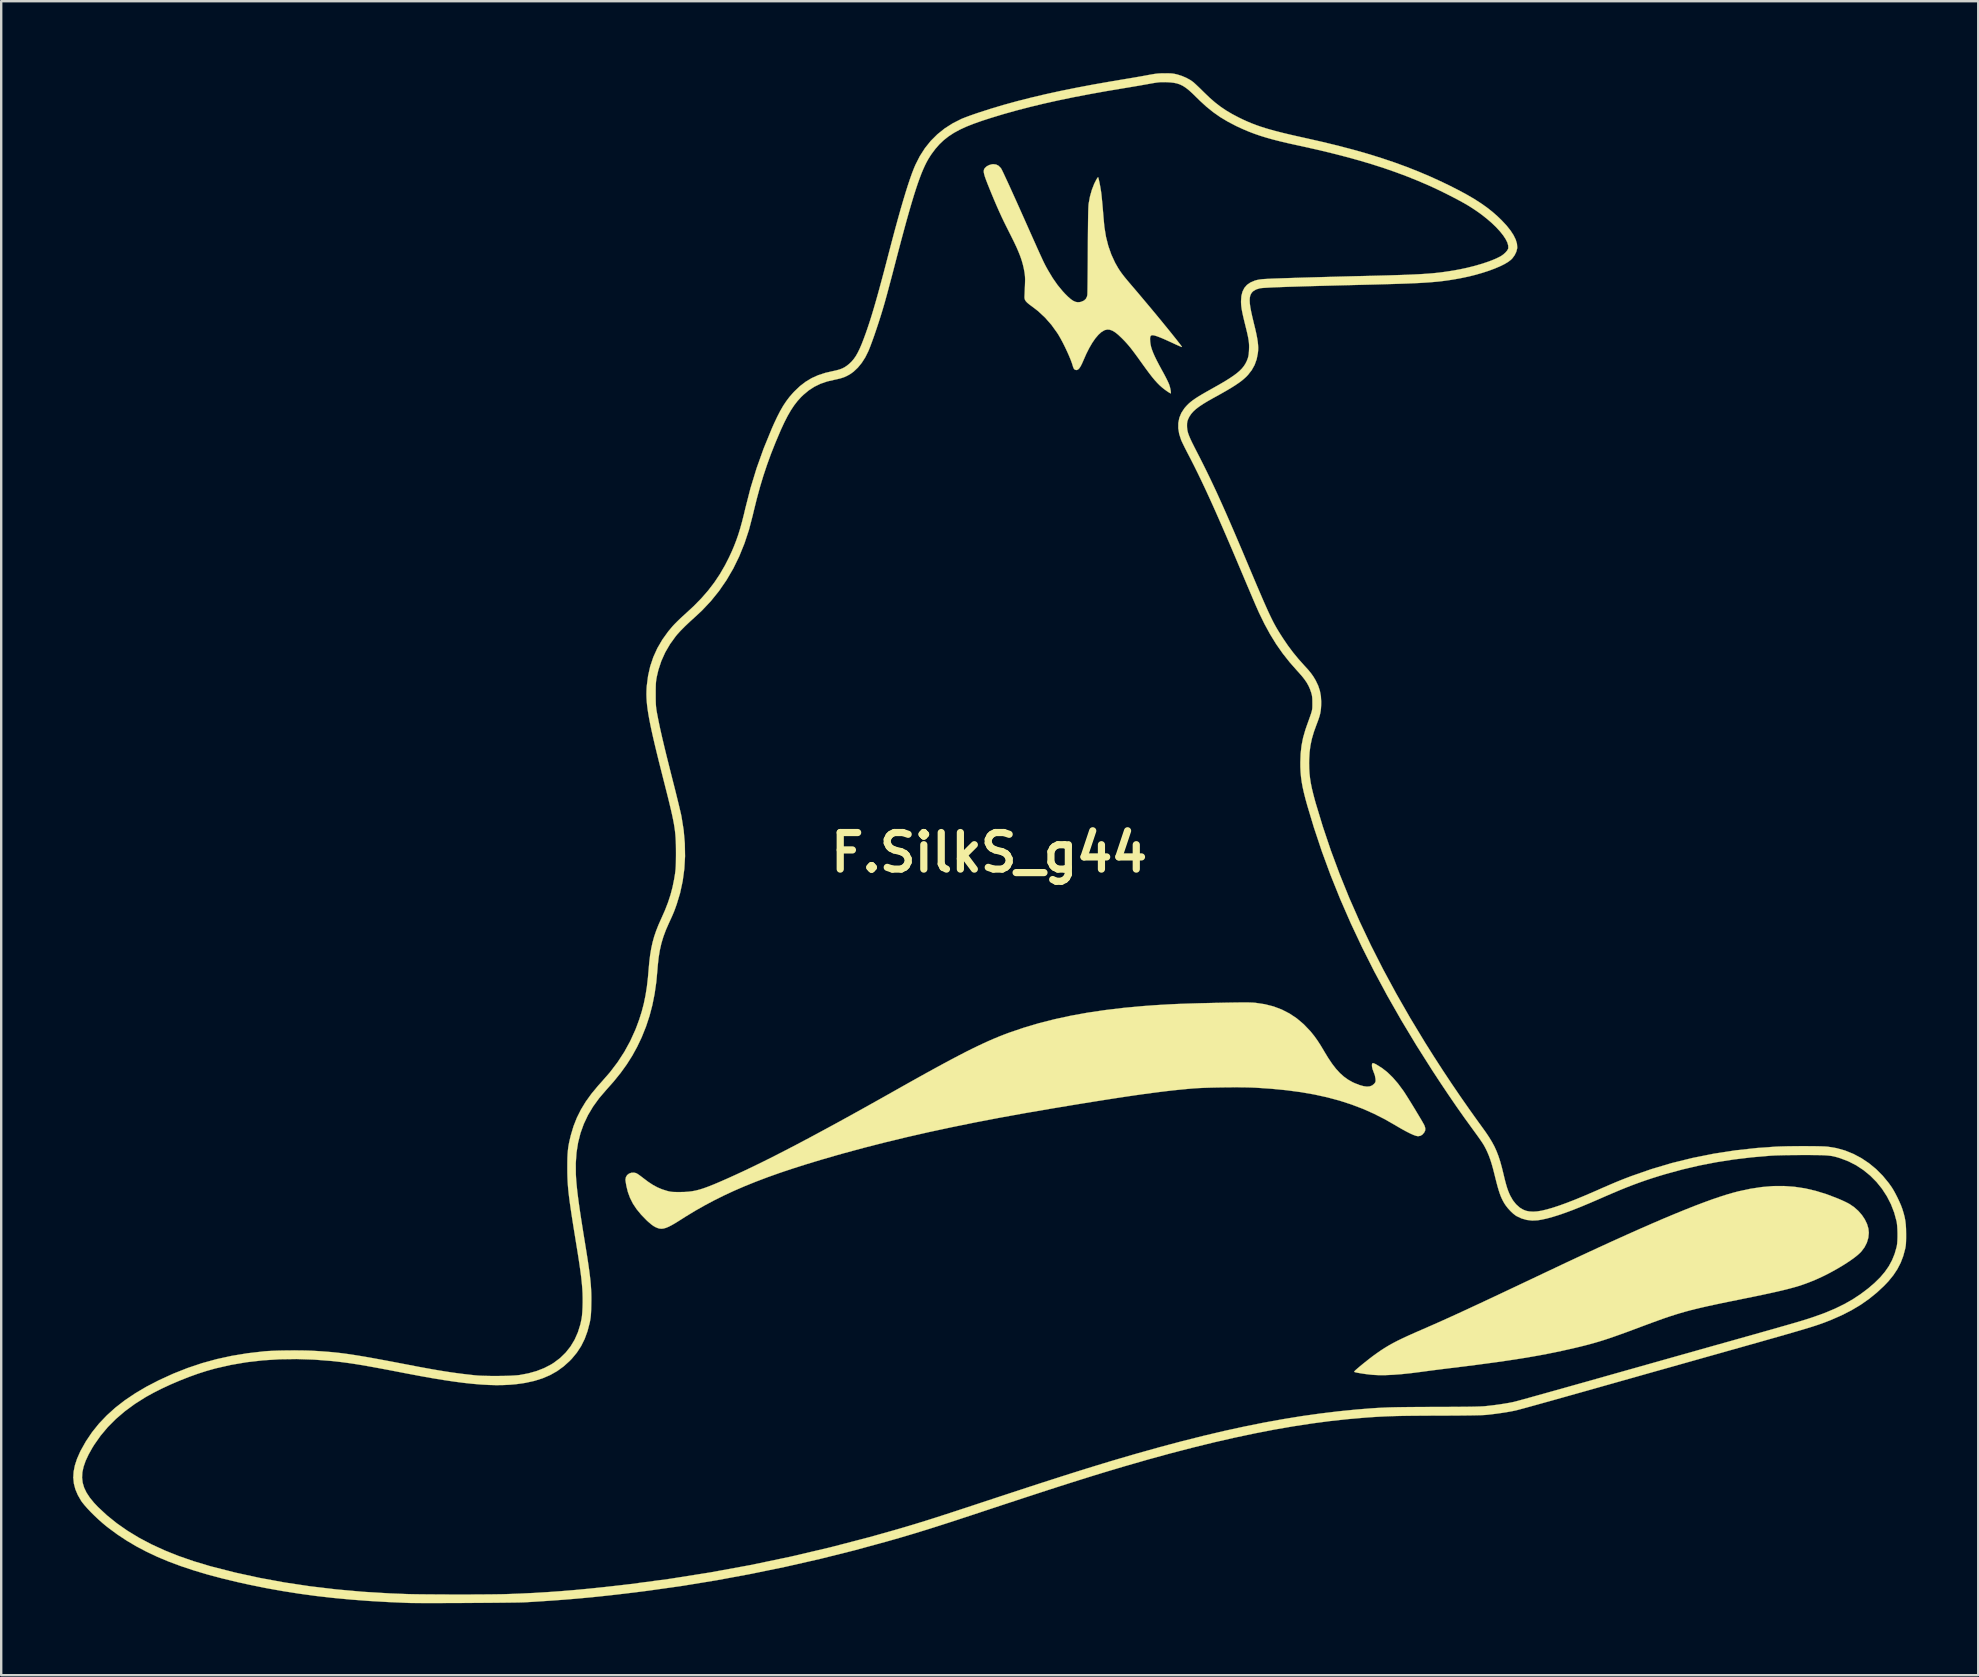
<source format=kicad_pcb>
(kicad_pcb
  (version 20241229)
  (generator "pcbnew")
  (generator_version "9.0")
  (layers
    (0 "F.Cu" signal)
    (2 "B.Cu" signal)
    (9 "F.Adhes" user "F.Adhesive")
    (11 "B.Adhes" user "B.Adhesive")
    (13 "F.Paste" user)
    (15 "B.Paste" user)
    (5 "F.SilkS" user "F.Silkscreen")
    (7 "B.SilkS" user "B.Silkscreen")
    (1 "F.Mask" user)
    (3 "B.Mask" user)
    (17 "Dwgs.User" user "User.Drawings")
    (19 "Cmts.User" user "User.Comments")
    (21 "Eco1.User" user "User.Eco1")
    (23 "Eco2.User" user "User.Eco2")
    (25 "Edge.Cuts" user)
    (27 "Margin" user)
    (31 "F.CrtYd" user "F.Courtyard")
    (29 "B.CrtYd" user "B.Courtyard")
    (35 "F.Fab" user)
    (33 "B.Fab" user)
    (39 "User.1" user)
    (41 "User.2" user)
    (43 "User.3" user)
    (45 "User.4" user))
  (footprint "F.SilkS_g44"
    (layer "F.Cu")
    (at 38.171 32.48)
    (property "Reference" "F.SilkS_g44" (at 0 0 0) (layer "F.SilkS") (effects (font (size 1.524 1.524) (thickness 0.3))))
    (attr through_hole)
    (fp_poly (pts (xy 33.567 13.929) (xy 34.011 13.996) (xy 34.457 14.101) (xy 34.909 14.241) (xy 35.372 14.419) (xy 35.422 14.44) (xy 35.54 14.491) (xy 35.657 14.545) (xy 35.761 14.596) (xy 35.84 14.638) (xy 35.856 14.647) (xy 36.051 14.78) (xy 36.225 14.935) (xy 36.374 15.107) (xy 36.496 15.29) (xy 36.587 15.479) (xy 36.643 15.669) (xy 36.661 15.845) (xy 36.64 16.055) (xy 36.579 16.259) (xy 36.48 16.452) (xy 36.345 16.631) (xy 36.307 16.671) (xy 36.191 16.777) (xy 36.042 16.895) (xy 35.864 17.021) (xy 35.664 17.152) (xy 35.446 17.285) (xy 35.217 17.417) (xy 34.981 17.544) (xy 34.745 17.662) (xy 34.514 17.769) (xy 34.443 17.8) (xy 34.301 17.859) (xy 34.162 17.914) (xy 34.024 17.966) (xy 33.882 18.016) (xy 33.734 18.064) (xy 33.576 18.111) (xy 33.404 18.158) (xy 33.217 18.207) (xy 33.01 18.257) (xy 32.779 18.31) (xy 32.523 18.367) (xy 32.238 18.428) (xy 31.919 18.495) (xy 31.565 18.567) (xy 31.277 18.626) (xy 30.892 18.704) (xy 30.544 18.775) (xy 30.23 18.842) (xy 29.943 18.904) (xy 29.681 18.964) (xy 29.438 19.022) (xy 29.21 19.079) (xy 28.993 19.138) (xy 28.782 19.199) (xy 28.573 19.263) (xy 28.362 19.331) (xy 28.143 19.405) (xy 27.913 19.487) (xy 27.667 19.576) (xy 27.4 19.675) (xy 27.22 19.742) (xy 26.886 19.867) (xy 26.586 19.979) (xy 26.315 20.077) (xy 26.069 20.164) (xy 25.843 20.242) (xy 25.631 20.312) (xy 25.428 20.375) (xy 25.231 20.433) (xy 25.033 20.488) (xy 24.831 20.541) (xy 24.618 20.594) (xy 24.39 20.648) (xy 24.172 20.698) (xy 23.871 20.765) (xy 23.57 20.829) (xy 23.264 20.89) (xy 22.951 20.95) (xy 22.628 21.007) (xy 22.29 21.064) (xy 21.935 21.121) (xy 21.559 21.177) (xy 21.158 21.235) (xy 20.73 21.293) (xy 20.27 21.354) (xy 19.775 21.417) (xy 19.243 21.482) (xy 19.145 21.494) (xy 18.951 21.518) (xy 18.738 21.545) (xy 18.517 21.573) (xy 18.304 21.601) (xy 18.11 21.627) (xy 18.002 21.642) (xy 17.585 21.695) (xy 17.197 21.736) (xy 16.842 21.763) (xy 16.521 21.778) (xy 16.237 21.779) (xy 15.991 21.766) (xy 15.832 21.75) (xy 15.658 21.728) (xy 15.489 21.702) (xy 15.372 21.682) (xy 15.287 21.665) (xy 15.238 21.652) (xy 15.217 21.64) (xy 15.218 21.625) (xy 15.234 21.606) (xy 15.275 21.565) (xy 15.344 21.505) (xy 15.434 21.428) (xy 15.539 21.341) (xy 15.653 21.249) (xy 15.77 21.156) (xy 15.883 21.067) (xy 15.987 20.988) (xy 15.991 20.985) (xy 16.163 20.861) (xy 16.327 20.747) (xy 16.49 20.642) (xy 16.657 20.541) (xy 16.833 20.443) (xy 17.024 20.344) (xy 17.236 20.241) (xy 17.473 20.131) (xy 17.742 20.011) (xy 17.896 19.943) (xy 18.099 19.855) (xy 18.295 19.769) (xy 18.489 19.684) (xy 18.682 19.599) (xy 18.876 19.512) (xy 19.074 19.423) (xy 19.279 19.33) (xy 19.492 19.233) (xy 19.716 19.13) (xy 19.954 19.02) (xy 20.207 18.902) (xy 20.479 18.776) (xy 20.771 18.639) (xy 21.086 18.491) (xy 21.426 18.331) (xy 21.794 18.157) (xy 22.192 17.969) (xy 22.623 17.765) (xy 23.088 17.544) (xy 23.305 17.442) (xy 24.029 17.099) (xy 24.718 16.777) (xy 25.371 16.474) (xy 25.989 16.191) (xy 26.574 15.927) (xy 27.125 15.681) (xy 27.645 15.454) (xy 28.132 15.244) (xy 28.59 15.053) (xy 29.017 14.879) (xy 29.415 14.721) (xy 29.786 14.581) (xy 30.128 14.456) (xy 30.445 14.348) (xy 30.735 14.255) (xy 31.001 14.178) (xy 31.221 14.12) (xy 31.722 14.012) (xy 32.203 13.939) (xy 32.668 13.9) (xy 33.121 13.897) (xy 33.567 13.929)) (stroke (width 0.01) (type solid)) (fill yes) (layer "F.SilkS"))
    (fp_poly (pts (xy 10.785 6.247) (xy 10.89 6.25) (xy 10.978 6.253) (xy 11.052 6.258) (xy 11.097 6.262) (xy 11.486 6.32) (xy 11.853 6.413) (xy 12.197 6.543) (xy 12.522 6.71) (xy 12.826 6.914) (xy 13.111 7.155) (xy 13.379 7.435) (xy 13.428 7.493) (xy 13.559 7.657) (xy 13.685 7.834) (xy 13.814 8.033) (xy 13.951 8.261) (xy 13.959 8.276) (xy 14.13 8.558) (xy 14.294 8.802) (xy 14.456 9.012) (xy 14.619 9.19) (xy 14.786 9.339) (xy 14.96 9.464) (xy 15.144 9.568) (xy 15.242 9.613) (xy 15.437 9.689) (xy 15.605 9.736) (xy 15.746 9.754) (xy 15.865 9.744) (xy 15.964 9.705) (xy 16.046 9.637) (xy 16.048 9.634) (xy 16.084 9.589) (xy 16.102 9.55) (xy 16.107 9.499) (xy 16.103 9.432) (xy 16.076 9.284) (xy 16.024 9.144) (xy 15.982 9.032) (xy 15.958 8.931) (xy 15.953 8.847) (xy 15.968 8.791) (xy 15.976 8.781) (xy 16.001 8.775) (xy 16.049 8.789) (xy 16.125 8.826) (xy 16.143 8.836) (xy 16.376 8.982) (xy 16.601 9.159) (xy 16.82 9.372) (xy 17.036 9.621) (xy 17.25 9.91) (xy 17.277 9.948) (xy 17.325 10.021) (xy 17.389 10.121) (xy 17.464 10.24) (xy 17.548 10.375) (xy 17.637 10.519) (xy 17.728 10.668) (xy 17.817 10.816) (xy 17.902 10.958) (xy 17.98 11.088) (xy 18.046 11.201) (xy 18.097 11.291) (xy 18.132 11.354) (xy 18.141 11.373) (xy 18.176 11.482) (xy 18.174 11.577) (xy 18.135 11.663) (xy 18.059 11.752) (xy 17.977 11.803) (xy 17.881 11.82) (xy 17.868 11.82) (xy 17.794 11.806) (xy 17.688 11.769) (xy 17.553 11.709) (xy 17.391 11.627) (xy 17.204 11.525) (xy 16.995 11.404) (xy 16.927 11.363) (xy 16.484 11.11) (xy 16.033 10.882) (xy 15.571 10.677) (xy 15.093 10.496) (xy 14.599 10.336) (xy 14.083 10.198) (xy 13.544 10.08) (xy 12.978 9.982) (xy 12.382 9.903) (xy 11.754 9.842) (xy 11.097 9.798) (xy 10.92 9.791) (xy 10.71 9.786) (xy 10.475 9.783) (xy 10.221 9.782) (xy 9.956 9.784) (xy 9.687 9.787) (xy 9.422 9.792) (xy 9.168 9.798) (xy 8.932 9.806) (xy 8.722 9.816) (xy 8.544 9.827) (xy 8.498 9.83) (xy 8.238 9.853) (xy 7.972 9.879) (xy 7.695 9.907) (xy 7.408 9.94) (xy 7.106 9.977) (xy 6.788 10.018) (xy 6.451 10.063) (xy 6.092 10.114) (xy 5.71 10.17) (xy 5.301 10.232) (xy 4.864 10.3) (xy 4.395 10.374) (xy 3.893 10.455) (xy 3.356 10.543) (xy 2.779 10.639) (xy 2.593 10.67) (xy 1.494 10.859) (xy 0.435 11.051) (xy -0.587 11.247) (xy -1.574 11.448) (xy -2.529 11.653) (xy -3.453 11.864) (xy -4.35 12.081) (xy -5.222 12.304) (xy -6.071 12.534) (xy -6.361 12.616) (xy -7.01 12.804) (xy -7.62 12.989) (xy -8.195 13.172) (xy -8.736 13.353) (xy -9.247 13.535) (xy -9.731 13.719) (xy -10.191 13.905) (xy -10.63 14.095) (xy -11.052 14.291) (xy -11.458 14.493) (xy -11.852 14.703) (xy -12.237 14.921) (xy -12.617 15.151) (xy -12.869 15.311) (xy -13.057 15.429) (xy -13.217 15.522) (xy -13.352 15.592) (xy -13.468 15.64) (xy -13.568 15.668) (xy -13.657 15.677) (xy -13.74 15.669) (xy -13.795 15.655) (xy -13.892 15.616) (xy -13.99 15.561) (xy -14.093 15.485) (xy -14.211 15.383) (xy -14.276 15.323) (xy -14.503 15.089) (xy -14.692 14.859) (xy -14.845 14.628) (xy -14.965 14.39) (xy -15.056 14.141) (xy -15.115 13.9) (xy -15.132 13.804) (xy -15.146 13.717) (xy -15.154 13.651) (xy -15.155 13.628) (xy -15.136 13.526) (xy -15.085 13.442) (xy -15.007 13.38) (xy -14.909 13.344) (xy -14.8 13.339) (xy -14.713 13.359) (xy -14.672 13.38) (xy -14.606 13.423) (xy -14.524 13.482) (xy -14.435 13.55) (xy -14.416 13.565) (xy -14.206 13.723) (xy -14.012 13.85) (xy -13.822 13.953) (xy -13.63 14.034) (xy -13.424 14.099) (xy -13.417 14.101) (xy -13.344 14.12) (xy -13.275 14.133) (xy -13.202 14.142) (xy -13.115 14.146) (xy -13.003 14.148) (xy -12.88 14.148) (xy -12.702 14.145) (xy -12.538 14.134) (xy -12.382 14.115) (xy -12.227 14.086) (xy -12.067 14.045) (xy -11.894 13.99) (xy -11.704 13.921) (xy -11.487 13.835) (xy -11.283 13.749) (xy -10.935 13.597) (xy -10.572 13.433) (xy -10.193 13.257) (xy -9.797 13.068) (xy -9.381 12.864) (xy -8.944 12.645) (xy -8.486 12.41) (xy -8.003 12.159) (xy -7.495 11.89) (xy -6.961 11.603) (xy -6.398 11.298) (xy -5.805 10.972) (xy -5.181 10.626) (xy -4.525 10.259) (xy -3.905 9.91) (xy -3.437 9.646) (xy -3.002 9.403) (xy -2.6 9.179) (xy -2.226 8.974) (xy -1.88 8.786) (xy -1.559 8.614) (xy -1.26 8.457) (xy -0.982 8.313) (xy -0.722 8.183) (xy -0.477 8.064) (xy -0.246 7.955) (xy -0.026 7.855) (xy 0.185 7.763) (xy 0.389 7.678) (xy 0.589 7.599) (xy 0.787 7.524) (xy 0.845 7.503) (xy 1.448 7.298) (xy 2.074 7.112) (xy 2.724 6.947) (xy 3.401 6.8) (xy 4.108 6.672) (xy 4.846 6.563) (xy 5.616 6.471) (xy 6.423 6.397) (xy 6.921 6.361) (xy 7.145 6.347) (xy 7.361 6.335) (xy 7.573 6.323) (xy 7.788 6.313) (xy 8.011 6.304) (xy 8.246 6.296) (xy 8.501 6.288) (xy 8.778 6.28) (xy 9.086 6.273) (xy 9.427 6.265) (xy 9.595 6.262) (xy 9.878 6.256) (xy 10.122 6.252) (xy 10.332 6.249) (xy 10.509 6.247) (xy 10.659 6.247) (xy 10.785 6.247)) (stroke (width 0.01) (type solid)) (fill yes) (layer "F.SilkS"))
    (fp_poly (pts (xy 0.289 -28.674) (xy 0.387 -28.627) (xy 0.475 -28.541) (xy 0.502 -28.506) (xy 0.52 -28.473) (xy 0.554 -28.405) (xy 0.603 -28.304) (xy 0.664 -28.172) (xy 0.738 -28.014) (xy 0.822 -27.832) (xy 0.915 -27.628) (xy 1.015 -27.406) (xy 1.123 -27.168) (xy 1.235 -26.918) (xy 1.351 -26.659) (xy 1.351 -26.658) (xy 1.497 -26.332) (xy 1.626 -26.042) (xy 1.74 -25.785) (xy 1.841 -25.56) (xy 1.929 -25.364) (xy 2.005 -25.193) (xy 2.071 -25.047) (xy 2.128 -24.922) (xy 2.177 -24.816) (xy 2.218 -24.726) (xy 2.254 -24.649) (xy 2.285 -24.585) (xy 2.313 -24.529) (xy 2.338 -24.48) (xy 2.362 -24.434) (xy 2.386 -24.39) (xy 2.411 -24.345) (xy 2.438 -24.297) (xy 2.454 -24.268) (xy 2.649 -23.943) (xy 2.85 -23.655) (xy 3.064 -23.395) (xy 3.157 -23.294) (xy 3.291 -23.161) (xy 3.406 -23.061) (xy 3.509 -22.991) (xy 3.602 -22.95) (xy 3.693 -22.934) (xy 3.785 -22.941) (xy 3.839 -22.954) (xy 3.954 -23.004) (xy 4.034 -23.079) (xy 4.082 -23.179) (xy 4.094 -23.245) (xy 4.096 -23.283) (xy 4.098 -23.361) (xy 4.1 -23.473) (xy 4.102 -23.618) (xy 4.104 -23.792) (xy 4.106 -23.991) (xy 4.108 -24.212) (xy 4.11 -24.452) (xy 4.112 -24.707) (xy 4.113 -24.973) (xy 4.114 -25.104) (xy 4.116 -25.468) (xy 4.118 -25.791) (xy 4.121 -26.075) (xy 4.124 -26.32) (xy 4.127 -26.528) (xy 4.131 -26.7) (xy 4.135 -26.838) (xy 4.14 -26.942) (xy 4.145 -27.015) (xy 4.148 -27.04) (xy 4.202 -27.336) (xy 4.281 -27.616) (xy 4.381 -27.873) (xy 4.468 -28.043) (xy 4.503 -28.1) (xy 4.53 -28.137) (xy 4.542 -28.146) (xy 4.552 -28.12) (xy 4.568 -28.06) (xy 4.587 -27.975) (xy 4.608 -27.873) (xy 4.629 -27.763) (xy 4.648 -27.652) (xy 4.664 -27.55) (xy 4.668 -27.523) (xy 4.679 -27.439) (xy 4.691 -27.322) (xy 4.705 -27.181) (xy 4.72 -27.025) (xy 4.734 -26.863) (xy 4.742 -26.771) (xy 4.755 -26.613) (xy 4.768 -26.458) (xy 4.781 -26.315) (xy 4.792 -26.192) (xy 4.801 -26.097) (xy 4.806 -26.056) (xy 4.87 -25.663) (xy 4.966 -25.283) (xy 5.093 -24.921) (xy 5.249 -24.583) (xy 5.372 -24.367) (xy 5.422 -24.288) (xy 5.471 -24.215) (xy 5.523 -24.142) (xy 5.582 -24.064) (xy 5.651 -23.976) (xy 5.736 -23.873) (xy 5.84 -23.749) (xy 5.967 -23.6) (xy 5.997 -23.565) (xy 6.151 -23.385) (xy 6.311 -23.195) (xy 6.476 -22.999) (xy 6.643 -22.8) (xy 6.811 -22.599) (xy 6.976 -22.4) (xy 7.137 -22.205) (xy 7.291 -22.016) (xy 7.437 -21.838) (xy 7.572 -21.671) (xy 7.694 -21.519) (xy 7.801 -21.385) (xy 7.89 -21.271) (xy 7.961 -21.18) (xy 8.009 -21.114) (xy 8.034 -21.076) (xy 8.036 -21.068) (xy 8.015 -21.074) (xy 7.962 -21.095) (xy 7.882 -21.129) (xy 7.783 -21.173) (xy 7.671 -21.225) (xy 7.67 -21.226) (xy 7.54 -21.286) (xy 7.408 -21.346) (xy 7.284 -21.401) (xy 7.179 -21.446) (xy 7.123 -21.469) (xy 6.984 -21.521) (xy 6.88 -21.552) (xy 6.804 -21.562) (xy 6.753 -21.55) (xy 6.722 -21.514) (xy 6.709 -21.456) (xy 6.707 -21.398) (xy 6.712 -21.293) (xy 6.726 -21.188) (xy 6.749 -21.079) (xy 6.785 -20.962) (xy 6.834 -20.833) (xy 6.898 -20.687) (xy 6.979 -20.52) (xy 7.079 -20.328) (xy 7.199 -20.106) (xy 7.247 -20.019) (xy 7.315 -19.894) (xy 7.378 -19.772) (xy 7.434 -19.659) (xy 7.477 -19.567) (xy 7.504 -19.502) (xy 7.504 -19.501) (xy 7.532 -19.412) (xy 7.554 -19.322) (xy 7.568 -19.241) (xy 7.575 -19.178) (xy 7.571 -19.141) (xy 7.565 -19.135) (xy 7.539 -19.147) (xy 7.489 -19.177) (xy 7.425 -19.219) (xy 7.413 -19.227) (xy 7.304 -19.306) (xy 7.202 -19.387) (xy 7.103 -19.476) (xy 7.003 -19.577) (xy 6.898 -19.693) (xy 6.786 -19.829) (xy 6.662 -19.989) (xy 6.523 -20.177) (xy 6.365 -20.396) (xy 6.226 -20.59) (xy 6.106 -20.755) (xy 6.002 -20.894) (xy 5.91 -21.014) (xy 5.825 -21.118) (xy 5.744 -21.212) (xy 5.662 -21.302) (xy 5.575 -21.392) (xy 5.525 -21.442) (xy 5.378 -21.581) (xy 5.248 -21.684) (xy 5.131 -21.753) (xy 5.025 -21.79) (xy 4.924 -21.797) (xy 4.825 -21.774) (xy 4.798 -21.763) (xy 4.678 -21.691) (xy 4.554 -21.578) (xy 4.427 -21.429) (xy 4.299 -21.244) (xy 4.172 -21.026) (xy 4.047 -20.778) (xy 3.938 -20.53) (xy 3.872 -20.38) (xy 3.815 -20.268) (xy 3.764 -20.188) (xy 3.715 -20.138) (xy 3.666 -20.113) (xy 3.631 -20.108) (xy 3.569 -20.125) (xy 3.523 -20.178) (xy 3.492 -20.263) (xy 3.455 -20.384) (xy 3.4 -20.534) (xy 3.33 -20.703) (xy 3.249 -20.885) (xy 3.161 -21.071) (xy 3.07 -21.253) (xy 2.978 -21.424) (xy 2.891 -21.575) (xy 2.841 -21.654) (xy 2.596 -21.994) (xy 2.327 -22.299) (xy 2.036 -22.569) (xy 1.795 -22.754) (xy 1.675 -22.843) (xy 1.587 -22.916) (xy 1.528 -22.98) (xy 1.492 -23.041) (xy 1.476 -23.103) (xy 1.474 -23.155) (xy 1.476 -23.208) (xy 1.48 -23.295) (xy 1.484 -23.405) (xy 1.489 -23.529) (xy 1.493 -23.615) (xy 1.498 -23.766) (xy 1.5 -23.886) (xy 1.497 -23.986) (xy 1.489 -24.078) (xy 1.476 -24.172) (xy 1.472 -24.197) (xy 1.441 -24.361) (xy 1.403 -24.521) (xy 1.356 -24.683) (xy 1.299 -24.85) (xy 1.228 -25.029) (xy 1.143 -25.226) (xy 1.04 -25.445) (xy 0.918 -25.691) (xy 0.846 -25.834) (xy 0.725 -26.075) (xy 0.613 -26.301) (xy 0.509 -26.52) (xy 0.408 -26.742) (xy 0.306 -26.973) (xy 0.199 -27.223) (xy 0.085 -27.498) (xy 0.004 -27.697) (xy -0.071 -27.884) (xy -0.13 -28.038) (xy -0.174 -28.161) (xy -0.203 -28.26) (xy -0.22 -28.338) (xy -0.224 -28.399) (xy -0.217 -28.449) (xy -0.2 -28.492) (xy -0.178 -28.526) (xy -0.103 -28.596) (xy -0.002 -28.65) (xy 0.112 -28.682) (xy 0.175 -28.688) (xy 0.289 -28.674)) (stroke (width 0.01) (type solid)) (fill yes) (layer "F.SilkS"))
    (fp_poly (pts (xy 7.469 -32.474) (xy 7.574 -32.471) (xy 7.66 -32.463) (xy 7.74 -32.449) (xy 7.826 -32.429) (xy 7.854 -32.422) (xy 8.035 -32.364) (xy 8.214 -32.288) (xy 8.376 -32.2) (xy 8.499 -32.115) (xy 8.545 -32.075) (xy 8.615 -32.011) (xy 8.702 -31.929) (xy 8.802 -31.833) (xy 8.907 -31.729) (xy 8.954 -31.683) (xy 9.191 -31.455) (xy 9.419 -31.257) (xy 9.645 -31.083) (xy 9.88 -30.924) (xy 10.133 -30.775) (xy 10.407 -30.631) (xy 10.584 -30.545) (xy 10.759 -30.466) (xy 10.935 -30.392) (xy 11.117 -30.322) (xy 11.308 -30.255) (xy 11.513 -30.189) (xy 11.736 -30.124) (xy 11.981 -30.058) (xy 12.252 -29.989) (xy 12.553 -29.917) (xy 12.888 -29.841) (xy 13.208 -29.77) (xy 13.903 -29.612) (xy 14.56 -29.453) (xy 15.182 -29.289) (xy 15.773 -29.121) (xy 16.338 -28.946) (xy 16.88 -28.764) (xy 17.404 -28.573) (xy 17.912 -28.372) (xy 18.41 -28.16) (xy 18.901 -27.934) (xy 19.219 -27.78) (xy 19.588 -27.592) (xy 19.92 -27.412) (xy 20.219 -27.237) (xy 20.49 -27.063) (xy 20.737 -26.889) (xy 20.964 -26.711) (xy 21.176 -26.526) (xy 21.356 -26.353) (xy 21.561 -26.134) (xy 21.727 -25.926) (xy 21.855 -25.729) (xy 21.945 -25.545) (xy 21.997 -25.373) (xy 22.009 -25.215) (xy 22.006 -25.179) (xy 21.97 -25.036) (xy 21.9 -24.893) (xy 21.804 -24.762) (xy 21.743 -24.701) (xy 21.625 -24.612) (xy 21.47 -24.52) (xy 21.282 -24.428) (xy 21.066 -24.337) (xy 20.825 -24.247) (xy 20.565 -24.163) (xy 20.29 -24.083) (xy 20.005 -24.011) (xy 19.713 -23.949) (xy 19.622 -23.931) (xy 19.462 -23.902) (xy 19.308 -23.876) (xy 19.157 -23.852) (xy 19.006 -23.831) (xy 18.851 -23.811) (xy 18.69 -23.793) (xy 18.52 -23.778) (xy 18.337 -23.763) (xy 18.139 -23.75) (xy 17.923 -23.737) (xy 17.685 -23.726) (xy 17.423 -23.715) (xy 17.133 -23.705) (xy 16.812 -23.695) (xy 16.459 -23.685) (xy 16.068 -23.674) (xy 15.674 -23.664) (xy 15.139 -23.651) (xy 14.645 -23.639) (xy 14.191 -23.627) (xy 13.775 -23.616) (xy 13.397 -23.606) (xy 13.054 -23.596) (xy 12.746 -23.586) (xy 12.471 -23.578) (xy 12.227 -23.569) (xy 12.015 -23.561) (xy 11.832 -23.554) (xy 11.676 -23.546) (xy 11.548 -23.539) (xy 11.445 -23.532) (xy 11.366 -23.526) (xy 11.309 -23.519) (xy 11.282 -23.515) (xy 11.132 -23.469) (xy 11.017 -23.404) (xy 10.957 -23.347) (xy 10.914 -23.284) (xy 10.882 -23.21) (xy 10.864 -23.122) (xy 10.858 -23.015) (xy 10.864 -22.888) (xy 10.884 -22.734) (xy 10.918 -22.552) (xy 10.965 -22.338) (xy 11.025 -22.087) (xy 11.027 -22.078) (xy 11.087 -21.834) (xy 11.134 -21.626) (xy 11.169 -21.446) (xy 11.194 -21.291) (xy 11.208 -21.155) (xy 11.214 -21.032) (xy 11.21 -20.918) (xy 11.2 -20.817) (xy 11.149 -20.556) (xy 11.063 -20.319) (xy 10.942 -20.102) (xy 10.784 -19.901) (xy 10.777 -19.894) (xy 10.696 -19.811) (xy 10.606 -19.73) (xy 10.503 -19.646) (xy 10.384 -19.56) (xy 10.246 -19.467) (xy 10.084 -19.365) (xy 9.895 -19.253) (xy 9.676 -19.128) (xy 9.424 -18.988) (xy 9.345 -18.945) (xy 9.113 -18.814) (xy 8.917 -18.695) (xy 8.753 -18.585) (xy 8.618 -18.482) (xy 8.509 -18.382) (xy 8.422 -18.282) (xy 8.353 -18.18) (xy 8.313 -18.104) (xy 8.279 -18.025) (xy 8.259 -17.959) (xy 8.249 -17.889) (xy 8.247 -17.798) (xy 8.247 -17.78) (xy 8.25 -17.698) (xy 8.259 -17.618) (xy 8.276 -17.536) (xy 8.303 -17.446) (xy 8.342 -17.344) (xy 8.394 -17.223) (xy 8.462 -17.08) (xy 8.548 -16.909) (xy 8.631 -16.746) (xy 8.776 -16.464) (xy 8.915 -16.188) (xy 9.051 -15.914) (xy 9.185 -15.639) (xy 9.318 -15.359) (xy 9.453 -15.072) (xy 9.59 -14.772) (xy 9.732 -14.457) (xy 9.88 -14.124) (xy 10.036 -13.768) (xy 10.201 -13.386) (xy 10.377 -12.975) (xy 10.566 -12.531) (xy 10.731 -12.139) (xy 10.886 -11.771) (xy 11.026 -11.44) (xy 11.152 -11.142) (xy 11.266 -10.876) (xy 11.368 -10.638) (xy 11.46 -10.426) (xy 11.544 -10.238) (xy 11.619 -10.07) (xy 11.689 -9.92) (xy 11.754 -9.785) (xy 11.814 -9.663) (xy 11.872 -9.551) (xy 11.929 -9.447) (xy 11.986 -9.347) (xy 12.044 -9.25) (xy 12.104 -9.152) (xy 12.168 -9.051) (xy 12.237 -8.944) (xy 12.249 -8.925) (xy 12.453 -8.625) (xy 12.663 -8.344) (xy 12.889 -8.069) (xy 13.14 -7.788) (xy 13.169 -7.757) (xy 13.307 -7.605) (xy 13.418 -7.468) (xy 13.511 -7.337) (xy 13.592 -7.203) (xy 13.612 -7.167) (xy 13.715 -6.951) (xy 13.785 -6.738) (xy 13.826 -6.519) (xy 13.84 -6.28) (xy 13.837 -6.146) (xy 13.83 -6.015) (xy 13.817 -5.9) (xy 13.797 -5.791) (xy 13.768 -5.678) (xy 13.726 -5.551) (xy 13.67 -5.4) (xy 13.645 -5.334) (xy 13.534 -5.028) (xy 13.45 -4.741) (xy 13.391 -4.461) (xy 13.354 -4.175) (xy 13.337 -3.872) (xy 13.335 -3.722) (xy 13.339 -3.509) (xy 13.351 -3.306) (xy 13.373 -3.105) (xy 13.405 -2.897) (xy 13.45 -2.676) (xy 13.509 -2.433) (xy 13.581 -2.162) (xy 13.61 -2.059) (xy 13.91 -1.071) (xy 14.242 -0.084) (xy 14.608 0.901) (xy 15.007 1.888) (xy 15.442 2.876) (xy 15.913 3.87) (xy 16.42 4.869) (xy 16.964 5.875) (xy 17.546 6.891) (xy 18.167 7.918) (xy 18.558 8.538) (xy 18.904 9.073) (xy 19.264 9.615) (xy 19.631 10.155) (xy 19.999 10.683) (xy 20.359 11.188) (xy 20.535 11.43) (xy 20.699 11.658) (xy 20.838 11.866) (xy 20.957 12.062) (xy 21.06 12.253) (xy 21.148 12.448) (xy 21.227 12.653) (xy 21.3 12.877) (xy 21.369 13.128) (xy 21.439 13.412) (xy 21.443 13.43) (xy 21.493 13.638) (xy 21.539 13.811) (xy 21.582 13.958) (xy 21.626 14.085) (xy 21.673 14.201) (xy 21.717 14.298) (xy 21.829 14.493) (xy 21.961 14.659) (xy 22.108 14.791) (xy 22.137 14.811) (xy 22.259 14.883) (xy 22.379 14.93) (xy 22.511 14.956) (xy 22.668 14.965) (xy 22.683 14.965) (xy 22.838 14.955) (xy 23.023 14.925) (xy 23.239 14.874) (xy 23.486 14.803) (xy 23.765 14.711) (xy 24.076 14.598) (xy 24.421 14.464) (xy 24.801 14.307) (xy 25.215 14.129) (xy 25.337 14.076) (xy 25.564 13.975) (xy 25.761 13.89) (xy 25.932 13.816) (xy 26.085 13.751) (xy 26.226 13.693) (xy 26.363 13.638) (xy 26.502 13.583) (xy 26.65 13.527) (xy 26.765 13.483) (xy 27.596 13.194) (xy 28.446 12.941) (xy 29.315 12.727) (xy 30.199 12.55) (xy 31.1 12.411) (xy 32.014 12.311) (xy 32.787 12.256) (xy 32.936 12.25) (xy 33.109 12.245) (xy 33.303 12.24) (xy 33.509 12.238) (xy 33.724 12.236) (xy 33.939 12.235) (xy 34.15 12.236) (xy 34.351 12.237) (xy 34.535 12.24) (xy 34.696 12.244) (xy 34.83 12.249) (xy 34.928 12.256) (xy 34.951 12.258) (xy 35.315 12.318) (xy 35.672 12.418) (xy 36.017 12.558) (xy 36.349 12.734) (xy 36.666 12.946) (xy 36.964 13.191) (xy 37.241 13.469) (xy 37.494 13.777) (xy 37.62 13.955) (xy 37.693 14.074) (xy 37.773 14.22) (xy 37.856 14.382) (xy 37.933 14.546) (xy 38.001 14.701) (xy 38.051 14.835) (xy 38.056 14.848) (xy 38.111 15.027) (xy 38.153 15.187) (xy 38.182 15.342) (xy 38.201 15.503) (xy 38.212 15.682) (xy 38.215 15.891) (xy 38.215 15.907) (xy 38.215 16.071) (xy 38.212 16.2) (xy 38.207 16.305) (xy 38.198 16.392) (xy 38.185 16.47) (xy 38.177 16.509) (xy 38.096 16.813) (xy 37.989 17.094) (xy 37.852 17.359) (xy 37.683 17.614) (xy 37.479 17.865) (xy 37.307 18.046) (xy 36.995 18.338) (xy 36.665 18.605) (xy 36.313 18.851) (xy 35.935 19.076) (xy 35.527 19.284) (xy 35.085 19.478) (xy 34.795 19.591) (xy 34.72 19.618) (xy 34.642 19.646) (xy 34.557 19.675) (xy 34.466 19.706) (xy 34.364 19.739) (xy 34.251 19.775) (xy 34.124 19.814) (xy 33.981 19.857) (xy 33.82 19.905) (xy 33.639 19.958) (xy 33.437 20.017) (xy 33.21 20.082) (xy 32.957 20.155) (xy 32.676 20.235) (xy 32.365 20.323) (xy 32.022 20.421) (xy 31.644 20.527) (xy 31.23 20.644) (xy 30.778 20.771) (xy 30.692 20.796) (xy 30.28 20.912) (xy 29.841 21.035) (xy 29.378 21.166) (xy 28.899 21.301) (xy 28.41 21.439) (xy 27.915 21.578) (xy 27.422 21.717) (xy 26.935 21.855) (xy 26.462 21.988) (xy 26.007 22.117) (xy 25.577 22.238) (xy 25.178 22.351) (xy 24.924 22.423) (xy 24.589 22.517) (xy 24.261 22.609) (xy 23.945 22.698) (xy 23.642 22.783) (xy 23.354 22.864) (xy 23.086 22.938) (xy 22.839 23.007) (xy 22.615 23.069) (xy 22.419 23.123) (xy 22.251 23.169) (xy 22.116 23.205) (xy 22.015 23.232) (xy 21.951 23.248) (xy 21.939 23.251) (xy 21.773 23.285) (xy 21.576 23.32) (xy 21.358 23.354) (xy 21.131 23.386) (xy 20.904 23.414) (xy 20.712 23.435) (xy 20.631 23.44) (xy 20.517 23.446) (xy 20.368 23.45) (xy 20.184 23.454) (xy 19.962 23.457) (xy 19.702 23.46) (xy 19.403 23.462) (xy 19.063 23.464) (xy 18.722 23.465) (xy 18.349 23.466) (xy 18.014 23.468) (xy 17.713 23.47) (xy 17.441 23.473) (xy 17.194 23.477) (xy 16.967 23.482) (xy 16.757 23.488) (xy 16.559 23.495) (xy 16.368 23.504) (xy 16.18 23.514) (xy 15.992 23.526) (xy 15.798 23.539) (xy 15.663 23.549) (xy 14.941 23.612) (xy 14.204 23.692) (xy 13.45 23.792) (xy 12.678 23.91) (xy 11.886 24.047) (xy 11.072 24.205) (xy 10.234 24.382) (xy 9.371 24.579) (xy 8.48 24.798) (xy 7.56 25.037) (xy 6.609 25.298) (xy 5.625 25.581) (xy 5.048 25.753) (xy 4.733 25.848) (xy 4.406 25.948) (xy 4.065 26.054) (xy 3.708 26.166) (xy 3.331 26.285) (xy 2.933 26.412) (xy 2.511 26.548) (xy 2.062 26.694) (xy 1.584 26.85) (xy 1.075 27.017) (xy 0.531 27.196) (xy -0.05 27.388) (xy -0.212 27.442) (xy -0.64 27.584) (xy -1.034 27.713) (xy -1.395 27.832) (xy -1.729 27.94) (xy -2.04 28.04) (xy -2.332 28.133) (xy -2.609 28.22) (xy -2.876 28.302) (xy -3.136 28.382) (xy -3.395 28.459) (xy -3.655 28.536) (xy -3.922 28.613) (xy -4.2 28.692) (xy -4.223 28.699) (xy -5.619 29.08) (xy -7.039 29.435) (xy -8.476 29.762) (xy -9.921 30.06) (xy -11.369 30.328) (xy -12.81 30.564) (xy -14.239 30.765) (xy -14.732 30.828) (xy -15.223 30.887) (xy -15.68 30.94) (xy -16.111 30.987) (xy -16.523 31.03) (xy -16.926 31.068) (xy -17.327 31.104) (xy -17.733 31.137) (xy -18.153 31.168) (xy -18.595 31.198) (xy -19.066 31.228) (xy -19.346 31.244) (xy -19.413 31.247) (xy -19.519 31.25) (xy -19.659 31.253) (xy -19.831 31.255) (xy -20.03 31.258) (xy -20.254 31.26) (xy -20.498 31.263) (xy -20.759 31.265) (xy -21.033 31.267) (xy -21.316 31.269) (xy -21.606 31.271) (xy -21.897 31.273) (xy -22.187 31.274) (xy -22.472 31.275) (xy -22.748 31.276) (xy -23.011 31.277) (xy -23.259 31.277) (xy -23.486 31.277) (xy -23.691 31.276) (xy -23.868 31.276) (xy -24.014 31.275) (xy -24.127 31.273) (xy -24.194 31.271) (xy -25.03 31.235) (xy -25.829 31.189) (xy -26.598 31.131) (xy -27.341 31.061) (xy -28.062 30.979) (xy -28.766 30.883) (xy -29.46 30.773) (xy -30.146 30.65) (xy -30.831 30.511) (xy -31.316 30.404) (xy -31.965 30.248) (xy -32.574 30.086) (xy -33.147 29.915) (xy -33.684 29.736) (xy -34.19 29.548) (xy -34.667 29.348) (xy -35.116 29.136) (xy -35.541 28.912) (xy -35.944 28.673) (xy -36.328 28.419) (xy -36.694 28.149) (xy -36.788 28.076) (xy -36.949 27.942) (xy -37.114 27.796) (xy -37.277 27.642) (xy -37.433 27.488) (xy -37.575 27.338) (xy -37.698 27.198) (xy -37.797 27.075) (xy -37.841 27.012) (xy -37.979 26.773) (xy -38.08 26.535) (xy -38.142 26.296) (xy -38.166 26.051) (xy -38.166 26.045) (xy -37.801 26.045) (xy -37.777 26.257) (xy -37.716 26.465) (xy -37.618 26.671) (xy -37.481 26.88) (xy -37.307 27.094) (xy -37.137 27.274) (xy -36.761 27.624) (xy -36.351 27.954) (xy -35.907 28.264) (xy -35.428 28.555) (xy -34.914 28.827) (xy -34.364 29.08) (xy -33.777 29.315) (xy -33.153 29.532) (xy -32.491 29.731) (xy -32.396 29.757) (xy -31.414 30.007) (xy -30.403 30.227) (xy -29.364 30.418) (xy -28.299 30.578) (xy -27.209 30.707) (xy -26.096 30.807) (xy -24.96 30.875) (xy -24.256 30.902) (xy -24.088 30.906) (xy -23.885 30.91) (xy -23.652 30.913) (xy -23.393 30.915) (xy -23.115 30.917) (xy -22.821 30.919) (xy -22.517 30.92) (xy -22.209 30.92) (xy -21.9 30.92) (xy -21.596 30.92) (xy -21.302 30.919) (xy -21.023 30.917) (xy -20.765 30.915) (xy -20.531 30.912) (xy -20.328 30.909) (xy -20.159 30.905) (xy -20.098 30.903) (xy -19.528 30.882) (xy -18.966 30.855) (xy -18.406 30.821) (xy -17.841 30.781) (xy -17.265 30.733) (xy -16.671 30.677) (xy -16.053 30.613) (xy -15.405 30.54) (xy -14.979 30.49) (xy -13.292 30.265) (xy -11.614 29.999) (xy -9.943 29.693) (xy -8.279 29.345) (xy -6.619 28.955) (xy -4.963 28.524) (xy -3.979 28.247) (xy -3.748 28.18) (xy -3.525 28.115) (xy -3.307 28.05) (xy -3.09 27.985) (xy -2.87 27.917) (xy -2.643 27.847) (xy -2.405 27.772) (xy -2.151 27.691) (xy -1.879 27.603) (xy -1.583 27.507) (xy -1.26 27.401) (xy -0.907 27.285) (xy -0.518 27.157) (xy -0.413 27.122) (xy 0.174 26.928) (xy 0.722 26.748) (xy 1.237 26.579) (xy 1.719 26.421) (xy 2.171 26.274) (xy 2.597 26.137) (xy 2.999 26.008) (xy 3.379 25.887) (xy 3.741 25.773) (xy 4.086 25.665) (xy 4.418 25.563) (xy 4.739 25.465) (xy 5.052 25.37) (xy 5.36 25.279) (xy 5.665 25.19) (xy 5.969 25.101) (xy 6.181 25.04) (xy 7.131 24.774) (xy 8.049 24.53) (xy 8.936 24.307) (xy 9.797 24.104) (xy 10.633 23.922) (xy 11.448 23.758) (xy 12.244 23.614) (xy 13.025 23.487) (xy 13.794 23.379) (xy 14.553 23.287) (xy 15.306 23.212) (xy 15.864 23.167) (xy 16.021 23.156) (xy 16.175 23.146) (xy 16.328 23.138) (xy 16.485 23.131) (xy 16.651 23.124) (xy 16.829 23.119) (xy 17.023 23.115) (xy 17.237 23.112) (xy 17.475 23.109) (xy 17.741 23.107) (xy 18.04 23.105) (xy 18.374 23.104) (xy 18.584 23.104) (xy 18.968 23.103) (xy 19.31 23.101) (xy 19.612 23.099) (xy 19.874 23.097) (xy 20.099 23.094) (xy 20.286 23.09) (xy 20.438 23.085) (xy 20.554 23.08) (xy 20.637 23.075) (xy 20.637 23.075) (xy 20.834 23.054) (xy 21.044 23.029) (xy 21.258 23) (xy 21.465 22.968) (xy 21.655 22.936) (xy 21.817 22.905) (xy 21.874 22.892) (xy 21.92 22.88) (xy 22.005 22.858) (xy 22.125 22.825) (xy 22.28 22.783) (xy 22.465 22.732) (xy 22.679 22.672) (xy 22.92 22.605) (xy 23.185 22.531) (xy 23.471 22.451) (xy 23.777 22.366) (xy 24.099 22.275) (xy 24.436 22.18) (xy 24.786 22.082) (xy 25.145 21.981) (xy 25.324 21.93) (xy 25.731 21.815) (xy 26.156 21.695) (xy 26.595 21.571) (xy 27.043 21.445) (xy 27.495 21.317) (xy 27.946 21.19) (xy 28.392 21.064) (xy 28.828 20.941) (xy 29.249 20.823) (xy 29.65 20.709) (xy 30.027 20.603) (xy 30.375 20.505) (xy 30.689 20.417) (xy 30.808 20.384) (xy 31.226 20.266) (xy 31.605 20.159) (xy 31.948 20.063) (xy 32.257 19.975) (xy 32.534 19.897) (xy 32.782 19.827) (xy 33.004 19.763) (xy 33.201 19.707) (xy 33.375 19.657) (xy 33.53 19.612) (xy 33.667 19.572) (xy 33.788 19.536) (xy 33.897 19.503) (xy 33.995 19.473) (xy 34.084 19.445) (xy 34.167 19.418) (xy 34.247 19.392) (xy 34.325 19.366) (xy 34.403 19.339) (xy 34.41 19.337) (xy 34.852 19.176) (xy 35.258 19.005) (xy 35.632 18.822) (xy 35.981 18.625) (xy 36.309 18.409) (xy 36.623 18.173) (xy 36.627 18.17) (xy 36.9 17.936) (xy 37.135 17.705) (xy 37.332 17.472) (xy 37.497 17.235) (xy 37.63 16.987) (xy 37.736 16.727) (xy 37.816 16.449) (xy 37.828 16.394) (xy 37.843 16.297) (xy 37.852 16.169) (xy 37.857 16.02) (xy 37.857 15.861) (xy 37.852 15.703) (xy 37.843 15.556) (xy 37.829 15.431) (xy 37.818 15.368) (xy 37.719 15.004) (xy 37.584 14.655) (xy 37.414 14.324) (xy 37.213 14.014) (xy 36.982 13.727) (xy 36.724 13.467) (xy 36.441 13.235) (xy 36.137 13.034) (xy 35.812 12.868) (xy 35.487 12.744) (xy 35.39 12.713) (xy 35.301 12.687) (xy 35.217 12.666) (xy 35.133 12.648) (xy 35.043 12.635) (xy 34.944 12.624) (xy 34.831 12.617) (xy 34.698 12.611) (xy 34.542 12.608) (xy 34.356 12.606) (xy 34.138 12.605) (xy 33.92 12.605) (xy 33.665 12.606) (xy 33.42 12.608) (xy 33.191 12.611) (xy 32.982 12.616) (xy 32.801 12.621) (xy 32.652 12.628) (xy 32.565 12.633) (xy 31.784 12.7) (xy 31.034 12.79) (xy 30.306 12.904) (xy 29.595 13.042) (xy 28.894 13.206) (xy 28.195 13.397) (xy 27.899 13.486) (xy 27.623 13.573) (xy 27.36 13.66) (xy 27.101 13.751) (xy 26.841 13.847) (xy 26.574 13.95) (xy 26.291 14.065) (xy 25.988 14.192) (xy 25.657 14.335) (xy 25.475 14.415) (xy 25.061 14.594) (xy 24.682 14.753) (xy 24.335 14.891) (xy 24.019 15.009) (xy 23.731 15.108) (xy 23.47 15.189) (xy 23.233 15.253) (xy 23.019 15.299) (xy 22.862 15.325) (xy 22.634 15.336) (xy 22.406 15.31) (xy 22.187 15.248) (xy 21.986 15.153) (xy 21.946 15.128) (xy 21.844 15.051) (xy 21.734 14.947) (xy 21.625 14.829) (xy 21.529 14.706) (xy 21.467 14.612) (xy 21.414 14.517) (xy 21.367 14.423) (xy 21.323 14.323) (xy 21.282 14.213) (xy 21.24 14.086) (xy 21.196 13.938) (xy 21.149 13.762) (xy 21.096 13.553) (xy 21.062 13.416) (xy 21.001 13.176) (xy 20.943 12.97) (xy 20.885 12.79) (xy 20.825 12.626) (xy 20.759 12.471) (xy 20.726 12.401) (xy 20.688 12.324) (xy 20.649 12.251) (xy 20.607 12.177) (xy 20.557 12.097) (xy 20.496 12.007) (xy 20.422 11.9) (xy 20.33 11.771) (xy 20.218 11.617) (xy 20.156 11.532) (xy 19.815 11.062) (xy 19.476 10.581) (xy 19.134 10.081) (xy 18.783 9.556) (xy 18.464 9.07) (xy 17.802 8.024) (xy 17.179 6.99) (xy 16.595 5.966) (xy 16.049 4.951) (xy 15.541 3.942) (xy 15.069 2.939) (xy 14.633 1.94) (xy 14.232 0.944) (xy 13.866 -0.052) (xy 13.534 -1.048) (xy 13.263 -1.949) (xy 13.183 -2.238) (xy 13.118 -2.495) (xy 13.066 -2.728) (xy 13.027 -2.944) (xy 12.999 -3.15) (xy 12.981 -3.355) (xy 12.971 -3.565) (xy 12.97 -3.757) (xy 12.983 -4.12) (xy 13.02 -4.458) (xy 13.085 -4.786) (xy 13.179 -5.113) (xy 13.222 -5.239) (xy 13.287 -5.421) (xy 13.34 -5.569) (xy 13.382 -5.688) (xy 13.414 -5.782) (xy 13.437 -5.857) (xy 13.453 -5.918) (xy 13.463 -5.97) (xy 13.469 -6.019) (xy 13.471 -6.07) (xy 13.472 -6.127) (xy 13.472 -6.197) (xy 13.472 -6.223) (xy 13.471 -6.35) (xy 13.467 -6.446) (xy 13.458 -6.523) (xy 13.444 -6.593) (xy 13.423 -6.667) (xy 13.371 -6.815) (xy 13.31 -6.952) (xy 13.235 -7.085) (xy 13.142 -7.22) (xy 13.027 -7.365) (xy 12.884 -7.527) (xy 12.828 -7.588) (xy 12.519 -7.939) (xy 12.232 -8.303) (xy 11.964 -8.686) (xy 11.713 -9.093) (xy 11.475 -9.529) (xy 11.246 -9.999) (xy 11.095 -10.34) (xy 11.053 -10.439) (xy 10.996 -10.572) (xy 10.927 -10.734) (xy 10.848 -10.921) (xy 10.76 -11.128) (xy 10.666 -11.35) (xy 10.568 -11.582) (xy 10.468 -11.819) (xy 10.367 -12.057) (xy 10.353 -12.092) (xy 10.125 -12.629) (xy 9.91 -13.13) (xy 9.708 -13.596) (xy 9.518 -14.03) (xy 9.338 -14.435) (xy 9.166 -14.813) (xy 9.003 -15.167) (xy 8.846 -15.499) (xy 8.695 -15.812) (xy 8.548 -16.108) (xy 8.405 -16.39) (xy 8.326 -16.542) (xy 8.252 -16.685) (xy 8.18 -16.825) (xy 8.116 -16.954) (xy 8.062 -17.065) (xy 8.021 -17.152) (xy 8 -17.201) (xy 7.921 -17.446) (xy 7.883 -17.681) (xy 7.885 -17.905) (xy 7.928 -18.119) (xy 8.011 -18.321) (xy 8.135 -18.51) (xy 8.174 -18.557) (xy 8.243 -18.634) (xy 8.315 -18.706) (xy 8.394 -18.775) (xy 8.485 -18.846) (xy 8.592 -18.921) (xy 8.719 -19.003) (xy 8.87 -19.094) (xy 9.05 -19.198) (xy 9.262 -19.317) (xy 9.313 -19.346) (xy 9.579 -19.496) (xy 9.809 -19.63) (xy 10.006 -19.753) (xy 10.174 -19.865) (xy 10.316 -19.97) (xy 10.434 -20.07) (xy 10.532 -20.168) (xy 10.612 -20.267) (xy 10.678 -20.368) (xy 10.733 -20.475) (xy 10.777 -20.586) (xy 10.801 -20.667) (xy 10.818 -20.763) (xy 10.828 -20.882) (xy 10.832 -20.966) (xy 10.835 -21.064) (xy 10.834 -21.156) (xy 10.828 -21.247) (xy 10.816 -21.344) (xy 10.798 -21.452) (xy 10.772 -21.58) (xy 10.737 -21.732) (xy 10.692 -21.915) (xy 10.668 -22.013) (xy 10.618 -22.216) (xy 10.579 -22.384) (xy 10.549 -22.525) (xy 10.527 -22.643) (xy 10.512 -22.747) (xy 10.503 -22.842) (xy 10.499 -22.934) (xy 10.499 -22.987) (xy 10.514 -23.197) (xy 10.56 -23.378) (xy 10.637 -23.531) (xy 10.746 -23.657) (xy 10.889 -23.757) (xy 11.064 -23.832) (xy 11.144 -23.856) (xy 11.214 -23.871) (xy 11.292 -23.884) (xy 11.387 -23.895) (xy 11.504 -23.903) (xy 11.651 -23.911) (xy 11.822 -23.919) (xy 11.998 -23.925) (xy 12.211 -23.932) (xy 12.456 -23.94) (xy 12.728 -23.949) (xy 13.022 -23.958) (xy 13.332 -23.967) (xy 13.654 -23.976) (xy 13.981 -23.985) (xy 14.31 -23.994) (xy 14.635 -24.003) (xy 14.95 -24.011) (xy 15.251 -24.019) (xy 15.483 -24.024) (xy 15.906 -24.034) (xy 16.289 -24.044) (xy 16.636 -24.053) (xy 16.949 -24.063) (xy 17.232 -24.072) (xy 17.487 -24.082) (xy 17.718 -24.092) (xy 17.928 -24.102) (xy 18.118 -24.114) (xy 18.294 -24.126) (xy 18.457 -24.139) (xy 18.61 -24.154) (xy 18.756 -24.17) (xy 18.899 -24.188) (xy 19.041 -24.208) (xy 19.186 -24.23) (xy 19.336 -24.254) (xy 19.357 -24.257) (xy 19.637 -24.309) (xy 19.918 -24.369) (xy 20.194 -24.438) (xy 20.458 -24.513) (xy 20.707 -24.592) (xy 20.932 -24.673) (xy 21.13 -24.755) (xy 21.293 -24.836) (xy 21.34 -24.863) (xy 21.435 -24.93) (xy 21.52 -25.007) (xy 21.587 -25.085) (xy 21.628 -25.157) (xy 21.637 -25.187) (xy 21.633 -25.3) (xy 21.595 -25.429) (xy 21.523 -25.571) (xy 21.42 -25.726) (xy 21.289 -25.889) (xy 21.133 -26.059) (xy 20.953 -26.232) (xy 20.752 -26.407) (xy 20.532 -26.581) (xy 20.295 -26.751) (xy 20.045 -26.915) (xy 19.933 -26.983) (xy 19.781 -27.071) (xy 19.598 -27.171) (xy 19.393 -27.28) (xy 19.172 -27.394) (xy 18.946 -27.507) (xy 18.721 -27.617) (xy 18.506 -27.718) (xy 18.32 -27.803) (xy 17.866 -27.998) (xy 17.405 -28.183) (xy 16.933 -28.359) (xy 16.446 -28.528) (xy 15.94 -28.69) (xy 15.412 -28.847) (xy 14.858 -28.999) (xy 14.273 -29.149) (xy 13.655 -29.297) (xy 12.999 -29.444) (xy 12.85 -29.476) (xy 12.476 -29.558) (xy 12.138 -29.638) (xy 11.832 -29.716) (xy 11.553 -29.794) (xy 11.294 -29.874) (xy 11.051 -29.958) (xy 10.818 -30.047) (xy 10.591 -30.143) (xy 10.363 -30.247) (xy 10.276 -30.289) (xy 9.94 -30.465) (xy 9.63 -30.651) (xy 9.338 -30.856) (xy 9.055 -31.084) (xy 8.772 -31.344) (xy 8.647 -31.467) (xy 8.481 -31.63) (xy 8.335 -31.763) (xy 8.203 -31.868) (xy 8.078 -31.95) (xy 7.956 -32.01) (xy 7.829 -32.053) (xy 7.691 -32.081) (xy 7.537 -32.098) (xy 7.397 -32.105) (xy 7.297 -32.107) (xy 7.212 -32.108) (xy 7.134 -32.105) (xy 7.055 -32.098) (xy 6.964 -32.086) (xy 6.854 -32.069) (xy 6.716 -32.045) (xy 6.624 -32.028) (xy 6.454 -31.998) (xy 6.257 -31.963) (xy 6.049 -31.928) (xy 5.844 -31.893) (xy 5.658 -31.862) (xy 5.63 -31.858) (xy 4.886 -31.733) (xy 4.181 -31.606) (xy 3.512 -31.478) (xy 2.876 -31.346) (xy 2.269 -31.21) (xy 1.689 -31.07) (xy 1.132 -30.925) (xy 0.594 -30.774) (xy 0.074 -30.616) (xy -0.286 -30.5) (xy -0.635 -30.377) (xy -0.947 -30.254) (xy -1.224 -30.126) (xy -1.471 -29.991) (xy -1.692 -29.846) (xy -1.891 -29.689) (xy -2.072 -29.517) (xy -2.239 -29.326) (xy -2.397 -29.115) (xy -2.465 -29.013) (xy -2.536 -28.898) (xy -2.607 -28.771) (xy -2.677 -28.63) (xy -2.748 -28.473) (xy -2.821 -28.298) (xy -2.895 -28.103) (xy -2.973 -27.886) (xy -3.053 -27.646) (xy -3.138 -27.379) (xy -3.227 -27.084) (xy -3.322 -26.759) (xy -3.423 -26.403) (xy -3.53 -26.012) (xy -3.645 -25.585) (xy -3.768 -25.121) (xy -3.853 -24.797) (xy -3.956 -24.4) (xy -4.049 -24.043) (xy -4.133 -23.728) (xy -4.206 -23.454) (xy -4.269 -23.22) (xy -4.322 -23.028) (xy -4.363 -22.881) (xy -4.441 -22.616) (xy -4.524 -22.345) (xy -4.611 -22.073) (xy -4.699 -21.808) (xy -4.785 -21.555) (xy -4.869 -21.321) (xy -4.946 -21.113) (xy -5.016 -20.937) (xy -5.038 -20.886) (xy -5.163 -20.635) (xy -5.309 -20.407) (xy -5.473 -20.207) (xy -5.65 -20.04) (xy -5.773 -19.951) (xy -5.908 -19.873) (xy -6.045 -19.81) (xy -6.196 -19.761) (xy -6.374 -19.719) (xy -6.437 -19.706) (xy -6.747 -19.634) (xy -7.027 -19.538) (xy -7.282 -19.414) (xy -7.519 -19.26) (xy -7.743 -19.073) (xy -7.838 -18.981) (xy -7.985 -18.819) (xy -8.125 -18.638) (xy -8.261 -18.433) (xy -8.396 -18.199) (xy -8.532 -17.934) (xy -8.672 -17.632) (xy -8.7 -17.568) (xy -8.904 -17.086) (xy -9.089 -16.62) (xy -9.255 -16.163) (xy -9.408 -15.704) (xy -9.55 -15.233) (xy -9.683 -14.743) (xy -9.812 -14.222) (xy -9.854 -14.044) (xy -10.009 -13.45) (xy -10.196 -12.884) (xy -10.414 -12.346) (xy -10.663 -11.836) (xy -10.944 -11.355) (xy -11.256 -10.902) (xy -11.598 -10.478) (xy -11.971 -10.083) (xy -12.212 -9.858) (xy -12.46 -9.633) (xy -12.672 -9.432) (xy -12.849 -9.254) (xy -12.991 -9.099) (xy -13.059 -9.017) (xy -13.299 -8.685) (xy -13.499 -8.342) (xy -13.66 -7.984) (xy -13.784 -7.608) (xy -13.847 -7.341) (xy -13.863 -7.257) (xy -13.875 -7.179) (xy -13.884 -7.099) (xy -13.89 -7.009) (xy -13.893 -6.901) (xy -13.895 -6.767) (xy -13.895 -6.604) (xy -13.895 -6.433) (xy -13.893 -6.295) (xy -13.889 -6.183) (xy -13.882 -6.087) (xy -13.872 -5.998) (xy -13.859 -5.909) (xy -13.847 -5.842) (xy -13.817 -5.684) (xy -13.785 -5.521) (xy -13.75 -5.351) (xy -13.712 -5.171) (xy -13.668 -4.976) (xy -13.62 -4.765) (xy -13.565 -4.533) (xy -13.504 -4.278) (xy -13.435 -3.996) (xy -13.357 -3.685) (xy -13.271 -3.341) (xy -13.175 -2.962) (xy -13.116 -2.731) (xy -13.064 -2.524) (xy -13.014 -2.32) (xy -12.966 -2.125) (xy -12.922 -1.944) (xy -12.884 -1.783) (xy -12.852 -1.648) (xy -12.829 -1.544) (xy -12.819 -1.492) (xy -12.73 -0.934) (xy -12.682 -0.385) (xy -12.672 0.153) (xy -12.702 0.678) (xy -12.771 1.191) (xy -12.879 1.69) (xy -13.018 2.148) (xy -13.063 2.275) (xy -13.103 2.386) (xy -13.144 2.49) (xy -13.189 2.597) (xy -13.243 2.718) (xy -13.309 2.862) (xy -13.346 2.942) (xy -13.472 3.23) (xy -13.575 3.507) (xy -13.658 3.784) (xy -13.723 4.069) (xy -13.773 4.373) (xy -13.809 4.704) (xy -13.822 4.868) (xy -13.87 5.394) (xy -13.941 5.889) (xy -14.035 6.359) (xy -14.153 6.809) (xy -14.297 7.245) (xy -14.469 7.674) (xy -14.482 7.705) (xy -14.667 8.093) (xy -14.872 8.466) (xy -15.101 8.828) (xy -15.359 9.186) (xy -15.65 9.546) (xy -15.96 9.895) (xy -16.251 10.235) (xy -16.503 10.582) (xy -16.716 10.939) (xy -16.891 11.308) (xy -17.029 11.691) (xy -17.13 12.091) (xy -17.196 12.509) (xy -17.226 12.947) (xy -17.223 13.409) (xy -17.208 13.654) (xy -17.195 13.806) (xy -17.179 13.965) (xy -17.161 14.136) (xy -17.138 14.32) (xy -17.112 14.521) (xy -17.081 14.744) (xy -17.045 14.99) (xy -17.003 15.265) (xy -16.955 15.571) (xy -16.901 15.911) (xy -16.839 16.29) (xy -16.838 16.298) (xy -16.784 16.633) (xy -16.737 16.931) (xy -16.697 17.197) (xy -16.664 17.434) (xy -16.637 17.648) (xy -16.615 17.842) (xy -16.599 18.021) (xy -16.588 18.19) (xy -16.58 18.354) (xy -16.577 18.516) (xy -16.577 18.681) (xy -16.58 18.854) (xy -16.58 18.86) (xy -16.584 19.029) (xy -16.59 19.165) (xy -16.597 19.276) (xy -16.607 19.372) (xy -16.62 19.462) (xy -16.637 19.554) (xy -16.645 19.592) (xy -16.737 19.946) (xy -16.855 20.269) (xy -17.002 20.566) (xy -17.181 20.84) (xy -17.392 21.095) (xy -17.482 21.188) (xy -17.734 21.415) (xy -18.003 21.61) (xy -18.293 21.774) (xy -18.607 21.909) (xy -18.949 22.017) (xy -19.321 22.099) (xy -19.447 22.119) (xy -19.703 22.154) (xy -19.969 22.178) (xy -20.246 22.191) (xy -20.538 22.195) (xy -20.846 22.187) (xy -21.174 22.169) (xy -21.524 22.139) (xy -21.899 22.099) (xy -22.301 22.046) (xy -22.732 21.982) (xy -23.196 21.906) (xy -23.694 21.817) (xy -24.23 21.716) (xy -24.342 21.695) (xy -24.728 21.62) (xy -25.076 21.553) (xy -25.391 21.494) (xy -25.675 21.442) (xy -25.933 21.396) (xy -26.169 21.355) (xy -26.385 21.32) (xy -26.587 21.289) (xy -26.778 21.262) (xy -26.961 21.238) (xy -27.14 21.216) (xy -27.32 21.196) (xy -27.39 21.189) (xy -28.13 21.131) (xy -28.858 21.107) (xy -29.572 21.117) (xy -30.27 21.162) (xy -30.948 21.24) (xy -31.607 21.353) (xy -32.242 21.498) (xy -32.607 21.601) (xy -32.97 21.717) (xy -33.348 21.853) (xy -33.73 22.004) (xy -34.109 22.166) (xy -34.475 22.336) (xy -34.818 22.509) (xy -35.128 22.68) (xy -35.149 22.692) (xy -35.6 22.977) (xy -36.014 23.281) (xy -36.389 23.602) (xy -36.728 23.942) (xy -37.03 24.302) (xy -37.296 24.681) (xy -37.374 24.807) (xy -37.531 25.089) (xy -37.653 25.35) (xy -37.738 25.595) (xy -37.788 25.825) (xy -37.801 26.045) (xy -38.166 26.045) (xy -38.152 25.8) (xy -38.1 25.538) (xy -38.01 25.263) (xy -37.882 24.973) (xy -37.859 24.926) (xy -37.637 24.531) (xy -37.383 24.155) (xy -37.096 23.798) (xy -36.773 23.459) (xy -36.416 23.136) (xy -36.021 22.829) (xy -35.589 22.538) (xy -35.119 22.26) (xy -34.609 21.996) (xy -34.597 21.99) (xy -34 21.717) (xy -33.403 21.481) (xy -32.801 21.279) (xy -32.189 21.111) (xy -31.561 20.974) (xy -30.912 20.867) (xy -30.235 20.789) (xy -30.194 20.785) (xy -30.045 20.774) (xy -29.861 20.765) (xy -29.652 20.757) (xy -29.424 20.752) (xy -29.188 20.749) (xy -28.95 20.748) (xy -28.718 20.749) (xy -28.502 20.752) (xy -28.309 20.758) (xy -28.194 20.763) (xy -27.986 20.775) (xy -27.79 20.788) (xy -27.602 20.802) (xy -27.419 20.817) (xy -27.238 20.835) (xy -27.055 20.855) (xy -26.867 20.879) (xy -26.669 20.906) (xy -26.46 20.938) (xy -26.235 20.974) (xy -25.991 21.015) (xy -25.724 21.062) (xy -25.43 21.116) (xy -25.108 21.176) (xy -24.752 21.243) (xy -24.36 21.318) (xy -24.172 21.354) (xy -23.811 21.424) (xy -23.484 21.484) (xy -23.185 21.538) (xy -22.91 21.585) (xy -22.65 21.627) (xy -22.4 21.665) (xy -22.153 21.699) (xy -21.903 21.731) (xy -21.644 21.761) (xy -21.431 21.785) (xy -21.303 21.796) (xy -21.144 21.804) (xy -20.962 21.809) (xy -20.764 21.813) (xy -20.558 21.814) (xy -20.35 21.812) (xy -20.149 21.809) (xy -19.962 21.803) (xy -19.797 21.794) (xy -19.66 21.784) (xy -19.571 21.774) (xy -19.197 21.703) (xy -18.856 21.607) (xy -18.544 21.485) (xy -18.258 21.337) (xy -18.146 21.267) (xy -17.881 21.068) (xy -17.647 20.84) (xy -17.445 20.585) (xy -17.275 20.303) (xy -17.138 19.995) (xy -17.034 19.661) (xy -16.986 19.437) (xy -16.967 19.306) (xy -16.953 19.144) (xy -16.943 18.958) (xy -16.938 18.759) (xy -16.938 18.557) (xy -16.943 18.361) (xy -16.953 18.182) (xy -16.965 18.034) (xy -16.979 17.886) (xy -16.995 17.733) (xy -17.015 17.57) (xy -17.039 17.393) (xy -17.067 17.196) (xy -17.1 16.975) (xy -17.139 16.724) (xy -17.185 16.439) (xy -17.208 16.298) (xy -17.268 15.927) (xy -17.322 15.594) (xy -17.369 15.295) (xy -17.41 15.028) (xy -17.445 14.79) (xy -17.476 14.575) (xy -17.501 14.382) (xy -17.522 14.207) (xy -17.539 14.045) (xy -17.552 13.895) (xy -17.562 13.752) (xy -17.569 13.614) (xy -17.574 13.475) (xy -17.577 13.334) (xy -17.578 13.187) (xy -17.578 13.145) (xy -17.577 12.919) (xy -17.574 12.727) (xy -17.566 12.561) (xy -17.554 12.412) (xy -17.537 12.272) (xy -17.513 12.132) (xy -17.481 11.985) (xy -17.442 11.821) (xy -17.429 11.77) (xy -17.32 11.405) (xy -17.182 11.055) (xy -17.013 10.716) (xy -16.811 10.383) (xy -16.573 10.053) (xy -16.297 9.72) (xy -16.159 9.567) (xy -15.801 9.157) (xy -15.483 8.738) (xy -15.202 8.306) (xy -14.956 7.857) (xy -14.743 7.388) (xy -14.705 7.292) (xy -14.582 6.959) (xy -14.478 6.63) (xy -14.391 6.298) (xy -14.32 5.954) (xy -14.262 5.591) (xy -14.217 5.2) (xy -14.192 4.905) (xy -14.163 4.573) (xy -14.127 4.274) (xy -14.082 4.002) (xy -14.027 3.747) (xy -13.959 3.502) (xy -13.876 3.259) (xy -13.777 3.009) (xy -13.661 2.749) (xy -13.508 2.404) (xy -13.382 2.079) (xy -13.278 1.761) (xy -13.193 1.44) (xy -13.125 1.105) (xy -13.088 0.878) (xy -13.076 0.786) (xy -13.066 0.689) (xy -13.059 0.58) (xy -13.054 0.453) (xy -13.052 0.3) (xy -13.05 0.116) (xy -13.05 0.011) (xy -13.051 -0.164) (xy -13.053 -0.324) (xy -13.058 -0.473) (xy -13.065 -0.616) (xy -13.076 -0.756) (xy -13.091 -0.898) (xy -13.111 -1.044) (xy -13.136 -1.198) (xy -13.168 -1.365) (xy -13.206 -1.549) (xy -13.252 -1.753) (xy -13.306 -1.981) (xy -13.368 -2.236) (xy -13.44 -2.524) (xy -13.522 -2.847) (xy -13.557 -2.985) (xy -13.668 -3.424) (xy -13.769 -3.825) (xy -13.859 -4.191) (xy -13.939 -4.524) (xy -14.009 -4.826) (xy -14.07 -5.1) (xy -14.122 -5.348) (xy -14.166 -5.574) (xy -14.202 -5.779) (xy -14.231 -5.966) (xy -14.253 -6.138) (xy -14.268 -6.297) (xy -14.277 -6.446) (xy -14.281 -6.587) (xy -14.279 -6.723) (xy -14.273 -6.856) (xy -14.267 -6.943) (xy -14.213 -7.362) (xy -14.123 -7.763) (xy -13.994 -8.147) (xy -13.826 -8.516) (xy -13.619 -8.872) (xy -13.372 -9.215) (xy -13.189 -9.433) (xy -13.111 -9.517) (xy -13.01 -9.619) (xy -12.895 -9.731) (xy -12.775 -9.843) (xy -12.664 -9.943) (xy -12.31 -10.27) (xy -11.992 -10.595) (xy -11.707 -10.922) (xy -11.45 -11.258) (xy -11.217 -11.607) (xy -11.004 -11.976) (xy -10.837 -12.305) (xy -10.726 -12.544) (xy -10.627 -12.777) (xy -10.537 -13.01) (xy -10.453 -13.251) (xy -10.374 -13.506) (xy -10.297 -13.784) (xy -10.219 -14.091) (xy -10.161 -14.338) (xy -9.945 -15.183) (xy -9.69 -16.017) (xy -9.395 -16.842) (xy -9.059 -17.662) (xy -8.966 -17.873) (xy -8.834 -18.153) (xy -8.708 -18.399) (xy -8.583 -18.616) (xy -8.454 -18.81) (xy -8.319 -18.989) (xy -8.172 -19.158) (xy -8.112 -19.221) (xy -7.883 -19.439) (xy -7.646 -19.621) (xy -7.396 -19.771) (xy -7.126 -19.893) (xy -6.829 -19.99) (xy -6.549 -20.055) (xy -6.379 -20.092) (xy -6.241 -20.13) (xy -6.128 -20.172) (xy -6.03 -20.221) (xy -5.939 -20.281) (xy -5.932 -20.286) (xy -5.825 -20.372) (xy -5.728 -20.465) (xy -5.639 -20.571) (xy -5.554 -20.693) (xy -5.473 -20.836) (xy -5.391 -21.004) (xy -5.306 -21.202) (xy -5.217 -21.433) (xy -5.146 -21.627) (xy -5.079 -21.818) (xy -5.013 -22.015) (xy -4.946 -22.221) (xy -4.878 -22.44) (xy -4.808 -22.674) (xy -4.734 -22.927) (xy -4.656 -23.202) (xy -4.573 -23.503) (xy -4.484 -23.833) (xy -4.387 -24.194) (xy -4.283 -24.591) (xy -4.191 -24.945) (xy -4.054 -25.469) (xy -3.925 -25.954) (xy -3.803 -26.398) (xy -3.689 -26.805) (xy -3.581 -27.175) (xy -3.48 -27.509) (xy -3.386 -27.808) (xy -3.297 -28.074) (xy -3.214 -28.307) (xy -3.136 -28.508) (xy -3.071 -28.662) (xy -2.888 -29.023) (xy -2.674 -29.356) (xy -2.431 -29.659) (xy -2.157 -29.932) (xy -1.853 -30.176) (xy -1.519 -30.389) (xy -1.157 -30.572) (xy -1.125 -30.586) (xy -1.047 -30.617) (xy -0.937 -30.659) (xy -0.805 -30.708) (xy -0.658 -30.76) (xy -0.506 -30.812) (xy -0.426 -30.839) (xy 0.084 -31.003) (xy 0.614 -31.161) (xy 1.167 -31.313) (xy 1.745 -31.46) (xy 2.351 -31.603) (xy 2.987 -31.742) (xy 3.656 -31.877) (xy 4.36 -32.01) (xy 5.103 -32.14) (xy 5.609 -32.225) (xy 5.79 -32.255) (xy 5.983 -32.287) (xy 6.177 -32.321) (xy 6.36 -32.353) (xy 6.52 -32.382) (xy 6.604 -32.398) (xy 6.759 -32.426) (xy 6.883 -32.447) (xy 6.989 -32.461) (xy 7.087 -32.469) (xy 7.188 -32.474) (xy 7.304 -32.475) (xy 7.334 -32.475) (xy 7.469 -32.474)) (stroke (width 0.01) (type solid)) (fill yes) (layer "F.SilkS")))
  (gr_rect
    (start -3 -3)
    (end 79.392 66.762)
    (stroke (width 0.1) (type default))
    (fill no)
    (layer "Edge.Cuts")))
</source>
